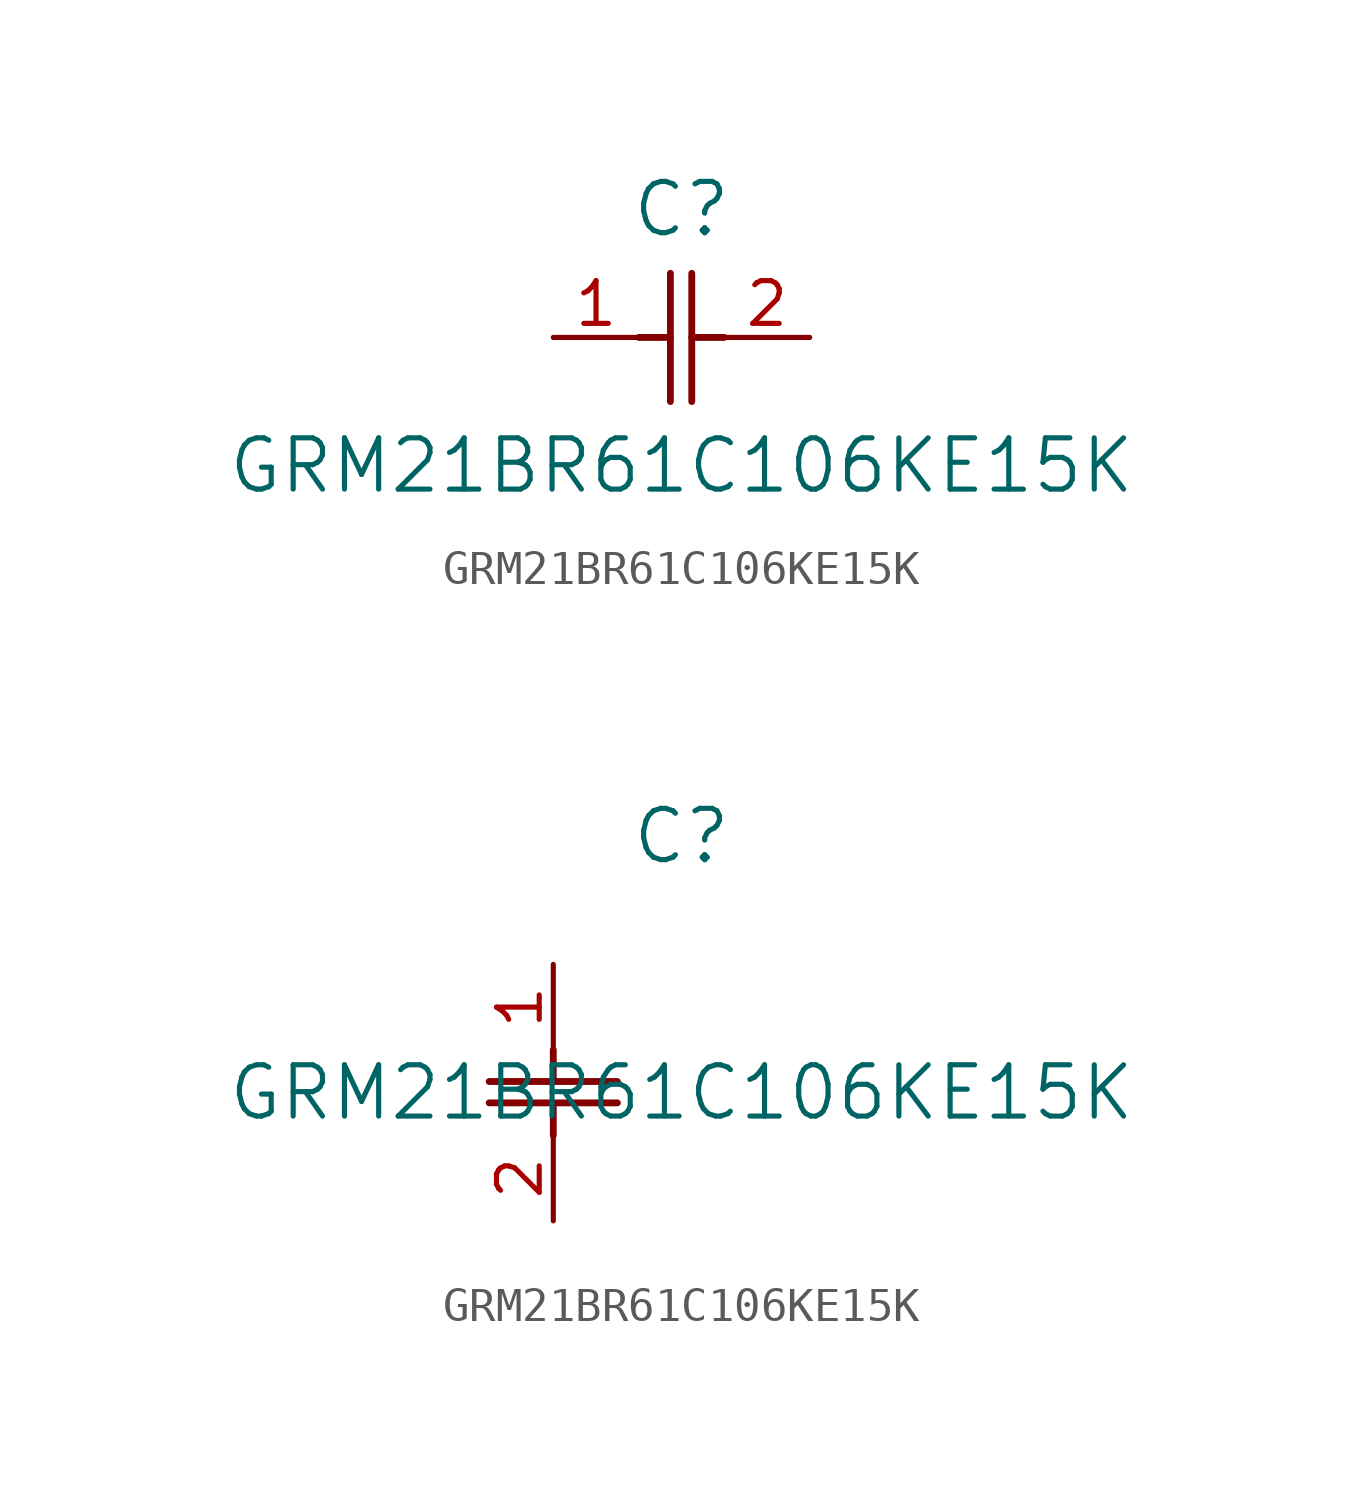
<source format=kicad_sym>
(kicad_symbol_lib
  (version 20211014)
  (generator kicad_symbol_editor)
  (symbol "GRM21BR61C106KE15K"
    (pin_names
      (offset 0.254))
    (property "Reference" "C"
      (at 3.81 3.81 0)
      (effects (font (size 1.524 1.524))))
    (property "Value" "GRM21BR61C106KE15K"
      (at 3.81 -3.81 0)
      (effects (font (size 1.524 1.524))))
    (symbol "GRM21BR61C106KE15K_1_1"
      (polyline (pts (xy 3.48 -1.905) (xy 3.48 1.905)) (stroke (width 0.203) (type default) (color 0 0 0 0)) (fill (type none)))
      (polyline (pts (xy 4.115 -1.905) (xy 4.115 1.905)) (stroke (width 0.203) (type default) (color 0 0 0 0)) (fill (type none)))
      (polyline (pts (xy 4.115 0) (xy 5.08 0)) (stroke (width 0.203) (type default) (color 0 0 0 0)) (fill (type none)))
      (polyline (pts (xy 2.54 0) (xy 3.48 0)) (stroke (width 0.203) (type default) (color 0 0 0 0)) (fill (type none)))
      (pin unspecified line (at 0 0 0) (length 2.54) (name "" (effects (font (size 1.27 1.27)))) (number "1" (effects (font (size 1.27 1.27)))))
      (pin unspecified line (at 7.62 0 180) (length 2.54) (name "" (effects (font (size 1.27 1.27)))) (number "2" (effects (font (size 1.27 1.27))))))
    (symbol "GRM21BR61C106KE15K_1_2"
      (polyline (pts (xy -1.905 -3.48) (xy 1.905 -3.48)) (stroke (width 0.203) (type default) (color 0 0 0 0)) (fill (type none)))
      (polyline (pts (xy -1.905 -4.115) (xy 1.905 -4.115)) (stroke (width 0.203) (type default) (color 0 0 0 0)) (fill (type none)))
      (polyline (pts (xy 0 -4.115) (xy 0 -5.08)) (stroke (width 0.203) (type default) (color 0 0 0 0)) (fill (type none)))
      (polyline (pts (xy 0 -2.54) (xy 0 -3.48)) (stroke (width 0.203) (type default) (color 0 0 0 0)) (fill (type none)))
      (pin unspecified line (at 0 0 270) (length 2.54) (name "" (effects (font (size 1.27 1.27)))) (number "1" (effects (font (size 1.27 1.27)))))
      (pin unspecified line (at 0 -7.62 90) (length 2.54) (name "" (effects (font (size 1.27 1.27)))) (number "2" (effects (font (size 1.27 1.27))))))))
</source>
